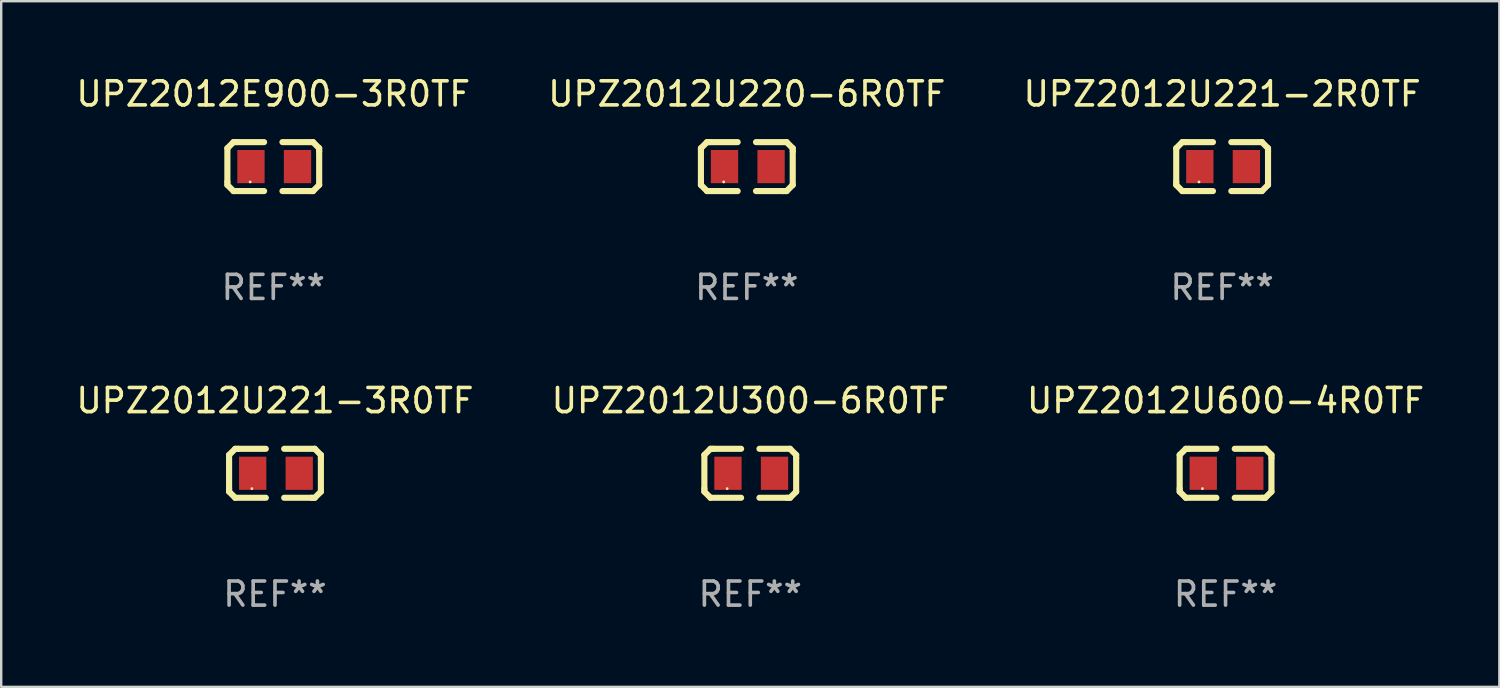
<source format=kicad_pcb>
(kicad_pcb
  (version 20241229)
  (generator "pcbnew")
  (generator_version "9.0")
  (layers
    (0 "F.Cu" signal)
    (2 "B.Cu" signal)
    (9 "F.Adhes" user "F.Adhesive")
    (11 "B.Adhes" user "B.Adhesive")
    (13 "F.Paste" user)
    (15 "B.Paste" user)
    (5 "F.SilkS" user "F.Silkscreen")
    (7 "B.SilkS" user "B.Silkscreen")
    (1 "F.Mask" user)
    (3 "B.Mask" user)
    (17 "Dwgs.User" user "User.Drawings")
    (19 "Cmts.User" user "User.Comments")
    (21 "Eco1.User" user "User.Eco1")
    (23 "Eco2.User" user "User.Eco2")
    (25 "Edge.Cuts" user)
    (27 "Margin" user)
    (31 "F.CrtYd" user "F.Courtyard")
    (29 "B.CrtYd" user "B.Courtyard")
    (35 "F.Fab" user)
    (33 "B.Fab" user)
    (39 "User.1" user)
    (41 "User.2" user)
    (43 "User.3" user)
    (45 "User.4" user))
  (footprint "UPZ2012U300-6R0TF"
    (layer "F.Cu")
    (at 28.089 16.593)
    (property "Reference" "UPZ2012U300-6R0TF" (at 0 -3.016 0) (layer "F.SilkS") (effects (font (size 1 1) (thickness 0.15))))
    (attr through_hole)
    (fp_line (start -1.905 -0.762) (end -1.905 0.635) (stroke (width 0.254) (type solid)) (layer "F.SilkS"))
    (fp_line (start -1.905 0.635) (end -1.905 0.762) (stroke (width 0.254) (type solid)) (layer "F.SilkS"))
    (fp_line (start -1.905 0.762) (end -1.651 1.016) (stroke (width 0.254) (type solid)) (layer "F.SilkS"))
    (fp_line (start -1.651 -1.016) (end -1.905 -0.762) (stroke (width 0.254) (type solid)) (layer "F.SilkS"))
    (fp_line (start -1.651 1.016) (end -0.381 1.016) (stroke (width 0.254) (type solid)) (layer "F.SilkS"))
    (fp_line (start -1.524 -1.016) (end -1.651 -1.016) (stroke (width 0.254) (type solid)) (layer "F.SilkS"))
    (fp_line (start -0.381 -1.016) (end -1.524 -1.016) (stroke (width 0.254) (type solid)) (layer "F.SilkS"))
    (fp_line (start 0.381 1.016) (end 1.524 1.016) (stroke (width 0.254) (type solid)) (layer "F.SilkS"))
    (fp_line (start 1.524 1.016) (end 1.651 1.016) (stroke (width 0.254) (type solid)) (layer "F.SilkS"))
    (fp_line (start 1.651 -1.016) (end 0.381 -1.016) (stroke (width 0.254) (type solid)) (layer "F.SilkS"))
    (fp_line (start 1.651 1.016) (end 1.905 0.762) (stroke (width 0.254) (type solid)) (layer "F.SilkS"))
    (fp_line (start 1.905 -0.762) (end 1.651 -1.016) (stroke (width 0.254) (type solid)) (layer "F.SilkS"))
    (fp_line (start 1.905 -0.635) (end 1.905 -0.762) (stroke (width 0.254) (type solid)) (layer "F.SilkS"))
    (fp_line (start 1.905 0.762) (end 1.905 -0.635) (stroke (width 0.254) (type solid)) (layer "F.SilkS"))
    (fp_circle (center -0.96 0.637) (end -0.93 0.637) (stroke (width 0.06) (type solid)) (fill no) (layer "F.SilkS"))
    (fp_text user "REF**" (at 0 5.016 0) (layer "F.Fab") (effects (font (size 1 1) (thickness 0.15))))
    (pad "1" smd rect (at -0.926 -0.000051) (size 1.133 1.377) (layers "F.Cu" "F.Mask" "F.Paste"))
    (pad "2" smd rect (at 1.006 -0.000051) (size 1.133 1.377) (layers "F.Cu" "F.Mask" "F.Paste")))
  (footprint "UPZ2012U600-4R0TF"
    (layer "F.Cu")
    (at 47.815 16.593)
    (property "Reference" "UPZ2012U600-4R0TF" (at 0 -3.016 0) (layer "F.SilkS") (effects (font (size 1 1) (thickness 0.15))))
    (attr through_hole)
    (fp_line (start -1.905 -0.762) (end -1.905 0.635) (stroke (width 0.254) (type solid)) (layer "F.SilkS"))
    (fp_line (start -1.905 0.635) (end -1.905 0.762) (stroke (width 0.254) (type solid)) (layer "F.SilkS"))
    (fp_line (start -1.905 0.762) (end -1.651 1.016) (stroke (width 0.254) (type solid)) (layer "F.SilkS"))
    (fp_line (start -1.651 -1.016) (end -1.905 -0.762) (stroke (width 0.254) (type solid)) (layer "F.SilkS"))
    (fp_line (start -1.651 1.016) (end -0.381 1.016) (stroke (width 0.254) (type solid)) (layer "F.SilkS"))
    (fp_line (start -1.524 -1.016) (end -1.651 -1.016) (stroke (width 0.254) (type solid)) (layer "F.SilkS"))
    (fp_line (start -0.381 -1.016) (end -1.524 -1.016) (stroke (width 0.254) (type solid)) (layer "F.SilkS"))
    (fp_line (start 0.381 1.016) (end 1.524 1.016) (stroke (width 0.254) (type solid)) (layer "F.SilkS"))
    (fp_line (start 1.524 1.016) (end 1.651 1.016) (stroke (width 0.254) (type solid)) (layer "F.SilkS"))
    (fp_line (start 1.651 -1.016) (end 0.381 -1.016) (stroke (width 0.254) (type solid)) (layer "F.SilkS"))
    (fp_line (start 1.651 1.016) (end 1.905 0.762) (stroke (width 0.254) (type solid)) (layer "F.SilkS"))
    (fp_line (start 1.905 -0.762) (end 1.651 -1.016) (stroke (width 0.254) (type solid)) (layer "F.SilkS"))
    (fp_line (start 1.905 -0.635) (end 1.905 -0.762) (stroke (width 0.254) (type solid)) (layer "F.SilkS"))
    (fp_line (start 1.905 0.762) (end 1.905 -0.635) (stroke (width 0.254) (type solid)) (layer "F.SilkS"))
    (fp_circle (center -0.96 0.637) (end -0.93 0.637) (stroke (width 0.06) (type solid)) (fill no) (layer "F.SilkS"))
    (fp_text user "REF**" (at 0 5.016 0) (layer "F.Fab") (effects (font (size 1 1) (thickness 0.15))))
    (pad "1" smd rect (at -0.926 -0.000051) (size 1.133 1.377) (layers "F.Cu" "F.Mask" "F.Paste"))
    (pad "2" smd rect (at 1.006 -0.000051) (size 1.133 1.377) (layers "F.Cu" "F.Mask" "F.Paste")))
  (footprint "UPZ2012U221-2R0TF"
    (layer "F.Cu")
    (at 47.673 3.864)
    (property "Reference" "UPZ2012U221-2R0TF" (at 0 -3.016 0) (layer "F.SilkS") (effects (font (size 1 1) (thickness 0.15))))
    (attr through_hole)
    (fp_line (start -1.905 -0.762) (end -1.905 0.635) (stroke (width 0.254) (type solid)) (layer "F.SilkS"))
    (fp_line (start -1.905 0.635) (end -1.905 0.762) (stroke (width 0.254) (type solid)) (layer "F.SilkS"))
    (fp_line (start -1.905 0.762) (end -1.651 1.016) (stroke (width 0.254) (type solid)) (layer "F.SilkS"))
    (fp_line (start -1.651 -1.016) (end -1.905 -0.762) (stroke (width 0.254) (type solid)) (layer "F.SilkS"))
    (fp_line (start -1.651 1.016) (end -0.381 1.016) (stroke (width 0.254) (type solid)) (layer "F.SilkS"))
    (fp_line (start -1.524 -1.016) (end -1.651 -1.016) (stroke (width 0.254) (type solid)) (layer "F.SilkS"))
    (fp_line (start -0.381 -1.016) (end -1.524 -1.016) (stroke (width 0.254) (type solid)) (layer "F.SilkS"))
    (fp_line (start 0.381 1.016) (end 1.524 1.016) (stroke (width 0.254) (type solid)) (layer "F.SilkS"))
    (fp_line (start 1.524 1.016) (end 1.651 1.016) (stroke (width 0.254) (type solid)) (layer "F.SilkS"))
    (fp_line (start 1.651 -1.016) (end 0.381 -1.016) (stroke (width 0.254) (type solid)) (layer "F.SilkS"))
    (fp_line (start 1.651 1.016) (end 1.905 0.762) (stroke (width 0.254) (type solid)) (layer "F.SilkS"))
    (fp_line (start 1.905 -0.762) (end 1.651 -1.016) (stroke (width 0.254) (type solid)) (layer "F.SilkS"))
    (fp_line (start 1.905 -0.635) (end 1.905 -0.762) (stroke (width 0.254) (type solid)) (layer "F.SilkS"))
    (fp_line (start 1.905 0.762) (end 1.905 -0.635) (stroke (width 0.254) (type solid)) (layer "F.SilkS"))
    (fp_circle (center -0.96 0.637) (end -0.93 0.637) (stroke (width 0.06) (type solid)) (fill no) (layer "F.SilkS"))
    (fp_text user "REF**" (at 0 5.016 0) (layer "F.Fab") (effects (font (size 1 1) (thickness 0.15))))
    (pad "1" smd rect (at -0.926 -0.000051) (size 1.133 1.377) (layers "F.Cu" "F.Mask" "F.Paste"))
    (pad "2" smd rect (at 1.006 -0.000051) (size 1.133 1.377) (layers "F.Cu" "F.Mask" "F.Paste")))
  (footprint "UPZ2012E900-3R0TF"
    (layer "F.Cu")
    (at 8.292 3.864)
    (property "Reference" "UPZ2012E900-3R0TF" (at 0 -3.016 0) (layer "F.SilkS") (effects (font (size 1 1) (thickness 0.15))))
    (attr through_hole)
    (fp_line (start -1.905 -0.762) (end -1.905 0.635) (stroke (width 0.254) (type solid)) (layer "F.SilkS"))
    (fp_line (start -1.905 0.635) (end -1.905 0.762) (stroke (width 0.254) (type solid)) (layer "F.SilkS"))
    (fp_line (start -1.905 0.762) (end -1.651 1.016) (stroke (width 0.254) (type solid)) (layer "F.SilkS"))
    (fp_line (start -1.651 -1.016) (end -1.905 -0.762) (stroke (width 0.254) (type solid)) (layer "F.SilkS"))
    (fp_line (start -1.651 1.016) (end -0.381 1.016) (stroke (width 0.254) (type solid)) (layer "F.SilkS"))
    (fp_line (start -1.524 -1.016) (end -1.651 -1.016) (stroke (width 0.254) (type solid)) (layer "F.SilkS"))
    (fp_line (start -0.381 -1.016) (end -1.524 -1.016) (stroke (width 0.254) (type solid)) (layer "F.SilkS"))
    (fp_line (start 0.381 1.016) (end 1.524 1.016) (stroke (width 0.254) (type solid)) (layer "F.SilkS"))
    (fp_line (start 1.524 1.016) (end 1.651 1.016) (stroke (width 0.254) (type solid)) (layer "F.SilkS"))
    (fp_line (start 1.651 -1.016) (end 0.381 -1.016) (stroke (width 0.254) (type solid)) (layer "F.SilkS"))
    (fp_line (start 1.651 1.016) (end 1.905 0.762) (stroke (width 0.254) (type solid)) (layer "F.SilkS"))
    (fp_line (start 1.905 -0.762) (end 1.651 -1.016) (stroke (width 0.254) (type solid)) (layer "F.SilkS"))
    (fp_line (start 1.905 -0.635) (end 1.905 -0.762) (stroke (width 0.254) (type solid)) (layer "F.SilkS"))
    (fp_line (start 1.905 0.762) (end 1.905 -0.635) (stroke (width 0.254) (type solid)) (layer "F.SilkS"))
    (fp_circle (center -0.96 0.637) (end -0.93 0.637) (stroke (width 0.06) (type solid)) (fill no) (layer "F.SilkS"))
    (fp_text user "REF**" (at 0 5.016 0) (layer "F.Fab") (effects (font (size 1 1) (thickness 0.15))))
    (pad "1" smd rect (at -0.926 -0.000051) (size 1.133 1.377) (layers "F.Cu" "F.Mask" "F.Paste"))
    (pad "2" smd rect (at 1.006 -0.000051) (size 1.133 1.377) (layers "F.Cu" "F.Mask" "F.Paste")))
  (footprint "UPZ2012U220-6R0TF"
    (layer "F.Cu")
    (at 27.946 3.864)
    (property "Reference" "UPZ2012U220-6R0TF" (at 0 -3.016 0) (layer "F.SilkS") (effects (font (size 1 1) (thickness 0.15))))
    (attr through_hole)
    (fp_line (start -1.905 -0.762) (end -1.905 0.635) (stroke (width 0.254) (type solid)) (layer "F.SilkS"))
    (fp_line (start -1.905 0.635) (end -1.905 0.762) (stroke (width 0.254) (type solid)) (layer "F.SilkS"))
    (fp_line (start -1.905 0.762) (end -1.651 1.016) (stroke (width 0.254) (type solid)) (layer "F.SilkS"))
    (fp_line (start -1.651 -1.016) (end -1.905 -0.762) (stroke (width 0.254) (type solid)) (layer "F.SilkS"))
    (fp_line (start -1.651 1.016) (end -0.381 1.016) (stroke (width 0.254) (type solid)) (layer "F.SilkS"))
    (fp_line (start -1.524 -1.016) (end -1.651 -1.016) (stroke (width 0.254) (type solid)) (layer "F.SilkS"))
    (fp_line (start -0.381 -1.016) (end -1.524 -1.016) (stroke (width 0.254) (type solid)) (layer "F.SilkS"))
    (fp_line (start 0.381 1.016) (end 1.524 1.016) (stroke (width 0.254) (type solid)) (layer "F.SilkS"))
    (fp_line (start 1.524 1.016) (end 1.651 1.016) (stroke (width 0.254) (type solid)) (layer "F.SilkS"))
    (fp_line (start 1.651 -1.016) (end 0.381 -1.016) (stroke (width 0.254) (type solid)) (layer "F.SilkS"))
    (fp_line (start 1.651 1.016) (end 1.905 0.762) (stroke (width 0.254) (type solid)) (layer "F.SilkS"))
    (fp_line (start 1.905 -0.762) (end 1.651 -1.016) (stroke (width 0.254) (type solid)) (layer "F.SilkS"))
    (fp_line (start 1.905 -0.635) (end 1.905 -0.762) (stroke (width 0.254) (type solid)) (layer "F.SilkS"))
    (fp_line (start 1.905 0.762) (end 1.905 -0.635) (stroke (width 0.254) (type solid)) (layer "F.SilkS"))
    (fp_circle (center -0.96 0.637) (end -0.93 0.637) (stroke (width 0.06) (type solid)) (fill no) (layer "F.SilkS"))
    (fp_text user "REF**" (at 0 5.016 0) (layer "F.Fab") (effects (font (size 1 1) (thickness 0.15))))
    (pad "1" smd rect (at -0.926 -0.000051) (size 1.133 1.377) (layers "F.Cu" "F.Mask" "F.Paste"))
    (pad "2" smd rect (at 1.006 -0.000051) (size 1.133 1.377) (layers "F.Cu" "F.Mask" "F.Paste")))
  (footprint "UPZ2012U221-3R0TF"
    (layer "F.Cu")
    (at 8.363 16.593)
    (property "Reference" "UPZ2012U221-3R0TF" (at 0 -3.016 0) (layer "F.SilkS") (effects (font (size 1 1) (thickness 0.15))))
    (attr through_hole)
    (fp_line (start -1.905 -0.762) (end -1.905 0.635) (stroke (width 0.254) (type solid)) (layer "F.SilkS"))
    (fp_line (start -1.905 0.635) (end -1.905 0.762) (stroke (width 0.254) (type solid)) (layer "F.SilkS"))
    (fp_line (start -1.905 0.762) (end -1.651 1.016) (stroke (width 0.254) (type solid)) (layer "F.SilkS"))
    (fp_line (start -1.651 -1.016) (end -1.905 -0.762) (stroke (width 0.254) (type solid)) (layer "F.SilkS"))
    (fp_line (start -1.651 1.016) (end -0.381 1.016) (stroke (width 0.254) (type solid)) (layer "F.SilkS"))
    (fp_line (start -1.524 -1.016) (end -1.651 -1.016) (stroke (width 0.254) (type solid)) (layer "F.SilkS"))
    (fp_line (start -0.381 -1.016) (end -1.524 -1.016) (stroke (width 0.254) (type solid)) (layer "F.SilkS"))
    (fp_line (start 0.381 1.016) (end 1.524 1.016) (stroke (width 0.254) (type solid)) (layer "F.SilkS"))
    (fp_line (start 1.524 1.016) (end 1.651 1.016) (stroke (width 0.254) (type solid)) (layer "F.SilkS"))
    (fp_line (start 1.651 -1.016) (end 0.381 -1.016) (stroke (width 0.254) (type solid)) (layer "F.SilkS"))
    (fp_line (start 1.651 1.016) (end 1.905 0.762) (stroke (width 0.254) (type solid)) (layer "F.SilkS"))
    (fp_line (start 1.905 -0.762) (end 1.651 -1.016) (stroke (width 0.254) (type solid)) (layer "F.SilkS"))
    (fp_line (start 1.905 -0.635) (end 1.905 -0.762) (stroke (width 0.254) (type solid)) (layer "F.SilkS"))
    (fp_line (start 1.905 0.762) (end 1.905 -0.635) (stroke (width 0.254) (type solid)) (layer "F.SilkS"))
    (fp_circle (center -0.96 0.637) (end -0.93 0.637) (stroke (width 0.06) (type solid)) (fill no) (layer "F.SilkS"))
    (fp_text user "REF**" (at 0 5.016 0) (layer "F.Fab") (effects (font (size 1 1) (thickness 0.15))))
    (pad "1" smd rect (at -0.926 -0.000051) (size 1.133 1.377) (layers "F.Cu" "F.Mask" "F.Paste"))
    (pad "2" smd rect (at 1.006 -0.000051) (size 1.133 1.377) (layers "F.Cu" "F.Mask" "F.Paste")))
  (gr_rect
    (start -3 -3)
    (end 59.179 25.457)
    (stroke (width 0.1) (type default))
    (fill no)
    (layer "Edge.Cuts")))
</source>
